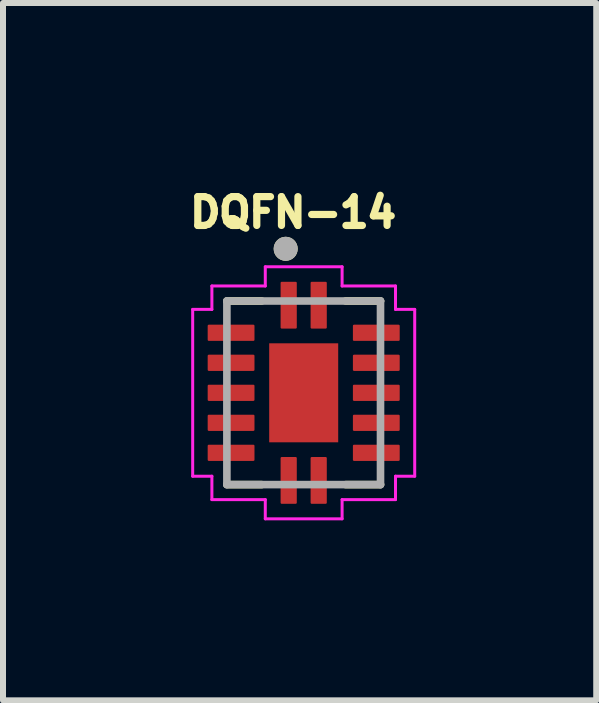
<source format=kicad_pcb>
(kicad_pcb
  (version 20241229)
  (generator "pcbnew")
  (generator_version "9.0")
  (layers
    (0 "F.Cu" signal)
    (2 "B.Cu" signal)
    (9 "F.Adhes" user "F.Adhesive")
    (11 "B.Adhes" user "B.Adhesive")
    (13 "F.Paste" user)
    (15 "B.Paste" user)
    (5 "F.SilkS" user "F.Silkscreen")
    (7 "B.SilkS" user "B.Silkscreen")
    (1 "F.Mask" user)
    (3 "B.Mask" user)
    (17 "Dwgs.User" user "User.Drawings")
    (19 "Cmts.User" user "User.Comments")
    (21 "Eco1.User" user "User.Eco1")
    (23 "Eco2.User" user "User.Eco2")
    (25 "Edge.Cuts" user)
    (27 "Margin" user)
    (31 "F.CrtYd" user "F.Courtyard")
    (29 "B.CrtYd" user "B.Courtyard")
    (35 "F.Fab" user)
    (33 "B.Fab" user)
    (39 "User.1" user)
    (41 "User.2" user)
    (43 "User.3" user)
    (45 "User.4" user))
  (footprint "DQFN-14"
    (layer "F.Cu")
    (at 2.011 3.496)
    (property "Reference" "DQFN-14" (at -0.176 -3.005 0) (layer "F.SilkS") (effects (font (size 0.48 0.48) (thickness 0.15))))
    (attr through_hole)
    (fp_line (start -1.28 1.53) (end -0.7 1.53) (stroke (width 0.127) (type solid)) (layer "F.SilkS"))
    (fp_line (start -0.7 -1.53) (end -1.28 -1.53) (stroke (width 0.127) (type solid)) (layer "F.SilkS"))
    (fp_line (start 0.7 -1.53) (end 1.28 -1.53) (stroke (width 0.127) (type solid)) (layer "F.SilkS"))
    (fp_line (start 0.7 1.53) (end 1.28 1.53) (stroke (width 0.127) (type solid)) (layer "F.SilkS"))
    (fp_circle (center -0.3 -2.4) (end -0.2 -2.4) (stroke (width 0.2) (type solid)) (fill no) (layer "F.SilkS"))
    (fp_poly (pts (xy -0.38 -0.695) (xy 0.38 -0.695) (xy 0.38 -0.065) (xy -0.38 -0.065)) (stroke (width 0.01) (type solid)) (fill yes) (layer "F.Paste"))
    (fp_poly (pts (xy -0.38 0.065) (xy 0.38 0.065) (xy 0.38 0.695) (xy -0.38 0.695)) (stroke (width 0.01) (type solid)) (fill yes) (layer "F.Paste"))
    (fp_line (start -1.85 -1.39) (end -1.85 1.39) (stroke (width 0.05) (type solid)) (layer "F.CrtYd"))
    (fp_line (start -1.85 1.39) (end -1.53 1.39) (stroke (width 0.05) (type solid)) (layer "F.CrtYd"))
    (fp_line (start -1.53 -1.78) (end -1.53 -1.39) (stroke (width 0.05) (type solid)) (layer "F.CrtYd"))
    (fp_line (start -1.53 -1.78) (end -0.64 -1.78) (stroke (width 0.05) (type solid)) (layer "F.CrtYd"))
    (fp_line (start -1.53 -1.39) (end -1.85 -1.39) (stroke (width 0.05) (type solid)) (layer "F.CrtYd"))
    (fp_line (start -1.53 1.39) (end -1.53 1.78) (stroke (width 0.05) (type solid)) (layer "F.CrtYd"))
    (fp_line (start -0.64 -2.1) (end 0.64 -2.1) (stroke (width 0.05) (type solid)) (layer "F.CrtYd"))
    (fp_line (start -0.64 -1.78) (end -0.64 -2.1) (stroke (width 0.05) (type solid)) (layer "F.CrtYd"))
    (fp_line (start -0.64 1.78) (end -1.53 1.78) (stroke (width 0.05) (type solid)) (layer "F.CrtYd"))
    (fp_line (start -0.64 2.1) (end -0.64 1.78) (stroke (width 0.05) (type solid)) (layer "F.CrtYd"))
    (fp_line (start 0.64 -2.1) (end 0.64 -1.78) (stroke (width 0.05) (type solid)) (layer "F.CrtYd"))
    (fp_line (start 0.64 -1.78) (end 1.53 -1.78) (stroke (width 0.05) (type solid)) (layer "F.CrtYd"))
    (fp_line (start 0.64 1.78) (end 0.64 2.1) (stroke (width 0.05) (type solid)) (layer "F.CrtYd"))
    (fp_line (start 0.64 2.1) (end -0.64 2.1) (stroke (width 0.05) (type solid)) (layer "F.CrtYd"))
    (fp_line (start 1.53 -1.39) (end 1.53 -1.78) (stroke (width 0.05) (type solid)) (layer "F.CrtYd"))
    (fp_line (start 1.53 1.39) (end 1.85 1.39) (stroke (width 0.05) (type solid)) (layer "F.CrtYd"))
    (fp_line (start 1.53 1.78) (end 0.64 1.78) (stroke (width 0.05) (type solid)) (layer "F.CrtYd"))
    (fp_line (start 1.53 1.78) (end 1.53 1.39) (stroke (width 0.05) (type solid)) (layer "F.CrtYd"))
    (fp_line (start 1.85 -1.39) (end 1.53 -1.39) (stroke (width 0.05) (type solid)) (layer "F.CrtYd"))
    (fp_line (start 1.85 1.39) (end 1.85 -1.39) (stroke (width 0.05) (type solid)) (layer "F.CrtYd"))
    (fp_line (start -1.28 -1.53) (end 1.28 -1.53) (stroke (width 0.127) (type solid)) (layer "F.Fab"))
    (fp_line (start -1.28 1.53) (end -1.28 -1.53) (stroke (width 0.127) (type solid)) (layer "F.Fab"))
    (fp_line (start 1.28 -1.53) (end 1.28 1.53) (stroke (width 0.127) (type solid)) (layer "F.Fab"))
    (fp_line (start 1.28 1.53) (end -1.28 1.53) (stroke (width 0.127) (type solid)) (layer "F.Fab"))
    (fp_circle (center -0.3 -2.4) (end -0.2 -2.4) (stroke (width 0.2) (type solid)) (fill no) (layer "F.Fab"))
    (pad "1" smd roundrect (at -0.25 -1.46 90) (size 0.78 0.27) (layers "F.Cu" "F.Mask" "F.Paste") (roundrect_rratio 0.07))
    (pad "2" smd roundrect (at -1.21 -1 180) (size 0.78 0.27) (layers "F.Cu" "F.Mask" "F.Paste") (roundrect_rratio 0.07))
    (pad "3" smd roundrect (at -1.21 -0.5 180) (size 0.78 0.27) (layers "F.Cu" "F.Mask" "F.Paste") (roundrect_rratio 0.07))
    (pad "4" smd roundrect (at -1.21 0 180) (size 0.78 0.27) (layers "F.Cu" "F.Mask" "F.Paste") (roundrect_rratio 0.07))
    (pad "5" smd roundrect (at -1.21 0.5 180) (size 0.78 0.27) (layers "F.Cu" "F.Mask" "F.Paste") (roundrect_rratio 0.07))
    (pad "6" smd roundrect (at -1.21 1 180) (size 0.78 0.27) (layers "F.Cu" "F.Mask" "F.Paste") (roundrect_rratio 0.07))
    (pad "7" smd roundrect (at -0.25 1.46 270) (size 0.78 0.27) (layers "F.Cu" "F.Mask" "F.Paste") (roundrect_rratio 0.07))
    (pad "8" smd roundrect (at 0.25 1.46 270) (size 0.78 0.27) (layers "F.Cu" "F.Mask" "F.Paste") (roundrect_rratio 0.07))
    (pad "9" smd roundrect (at 1.21 1) (size 0.78 0.27) (layers "F.Cu" "F.Mask" "F.Paste") (roundrect_rratio 0.07))
    (pad "10" smd roundrect (at 1.21 0.5) (size 0.78 0.27) (layers "F.Cu" "F.Mask" "F.Paste") (roundrect_rratio 0.07))
    (pad "11" smd roundrect (at 1.21 0) (size 0.78 0.27) (layers "F.Cu" "F.Mask" "F.Paste") (roundrect_rratio 0.07))
    (pad "12" smd roundrect (at 1.21 -0.5) (size 0.78 0.27) (layers "F.Cu" "F.Mask" "F.Paste") (roundrect_rratio 0.07))
    (pad "13" smd roundrect (at 1.21 -1) (size 0.78 0.27) (layers "F.Cu" "F.Mask" "F.Paste") (roundrect_rratio 0.07))
    (pad "14" smd roundrect (at 0.25 -1.46 90) (size 0.78 0.27) (layers "F.Cu" "F.Mask" "F.Paste") (roundrect_rratio 0.07))
    (pad "15" smd rect (at 0 0 90) (size 1.65 1.15) (layers "F.Cu" "F.Mask")))
  (gr_rect
    (start -3 -3)
    (end 6.886 8.621)
    (stroke (width 0.1) (type default))
    (fill no)
    (layer "Edge.Cuts")))
</source>
